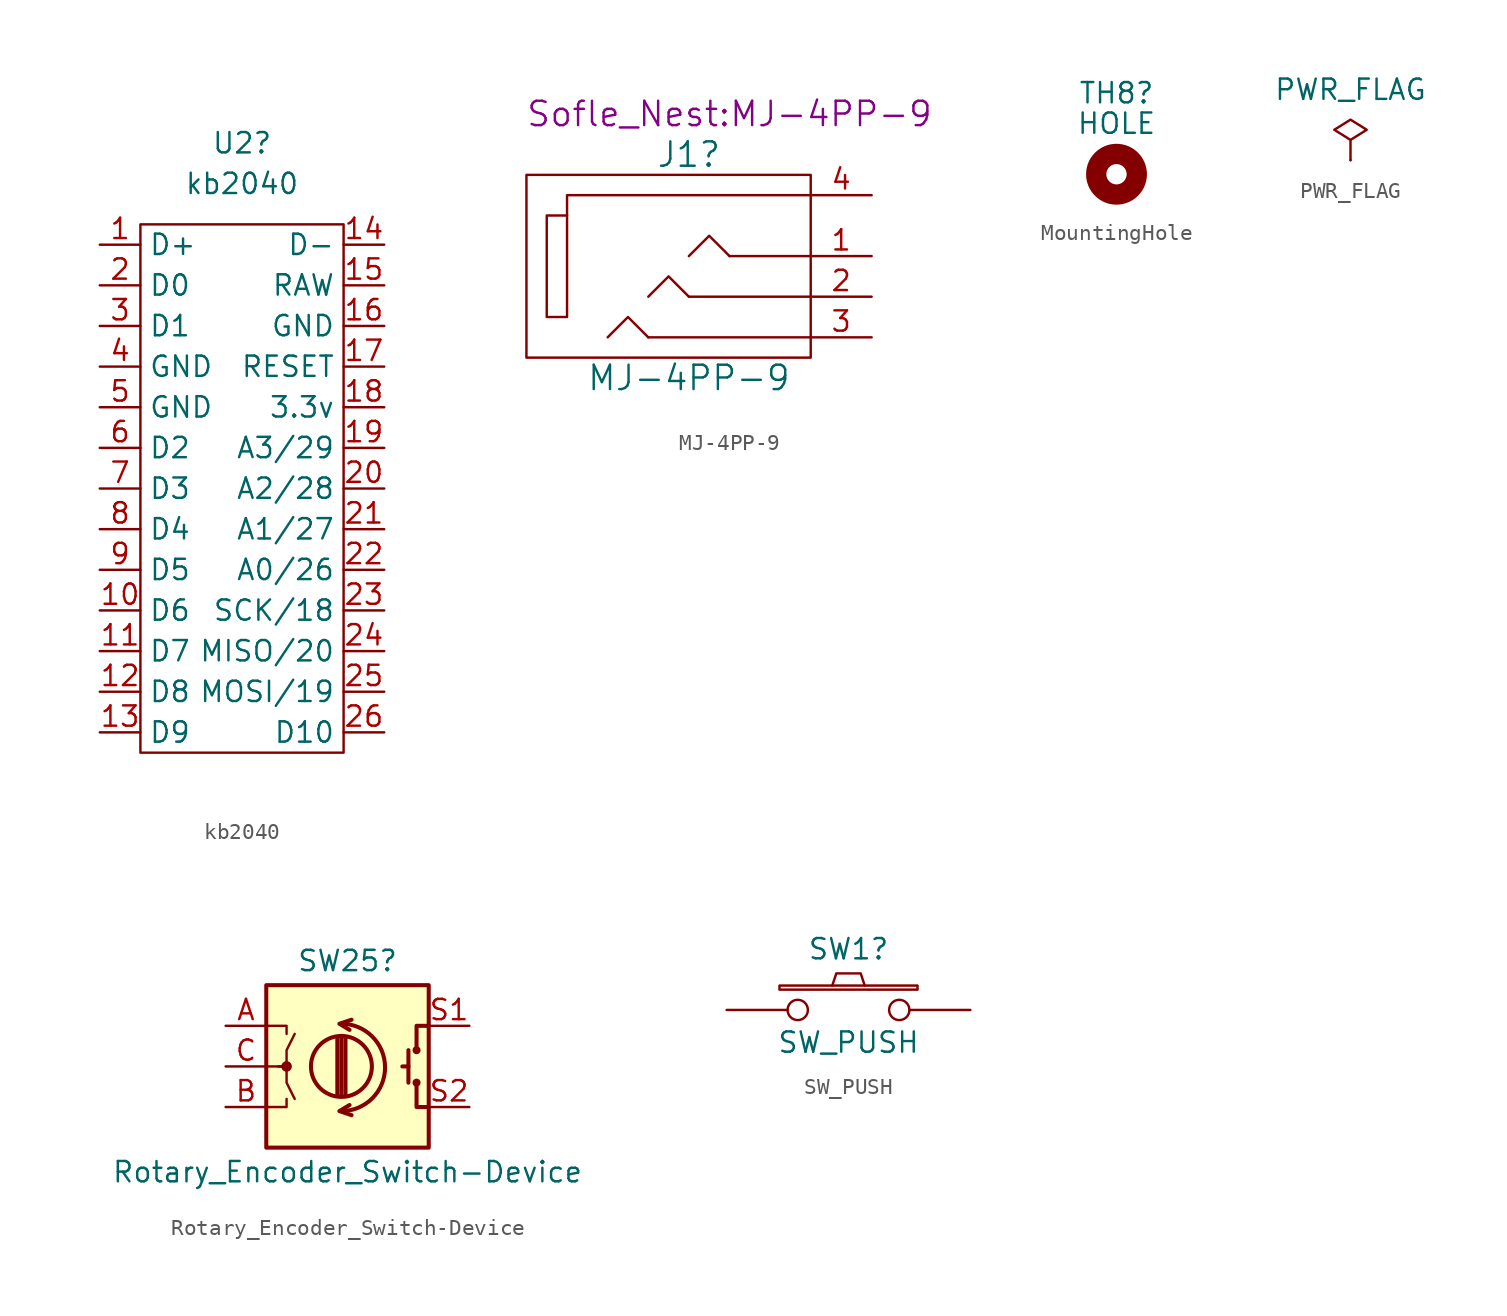
<source format=kicad_sym>
(kicad_symbol_lib
  (version 20241209)
  (generator "kicad_symbol_editor")
  (generator_version "9.0")
  (symbol "kb2040"
    (property "Reference" "U2"
      (at 6.35 1.27 0)
      (effects (font (size 1.27 1.27))))
    (property "Value" "kb2040"
      (at 6.35 -1.27 0)
      (effects (font (size 1.27 1.27))))
    (symbol "kb2040_0_1"
      (rectangle (start 0 -3.81) (end 12.7 -36.83) (stroke (width 0.152) (type default)) (fill (type none))))
    (symbol "kb2040_1_1"
      (pin power_in line (at -2.54 -5.08 0) (length 2.54) (name "D+" (effects (font (size 1.27 1.27)))) (number "1" (effects (font (size 1.27 1.27)))))
      (pin bidirectional line (at -2.54 -7.62 0) (length 2.54) (name "D0" (effects (font (size 1.27 1.27)))) (number "2" (effects (font (size 1.27 1.27)))))
      (pin bidirectional line (at -2.54 -10.16 0) (length 2.54) (name "D1" (effects (font (size 1.27 1.27)))) (number "3" (effects (font (size 1.27 1.27)))))
      (pin power_in line (at -2.54 -12.7 0) (length 2.54) (name "GND" (effects (font (size 1.27 1.27)))) (number "4" (effects (font (size 1.27 1.27)))))
      (pin power_in line (at -2.54 -15.24 0) (length 2.54) (name "GND" (effects (font (size 1.27 1.27)))) (number "5" (effects (font (size 1.27 1.27)))))
      (pin bidirectional line (at -2.54 -17.78 0) (length 2.54) (name "D2" (effects (font (size 1.27 1.27)))) (number "6" (effects (font (size 1.27 1.27)))))
      (pin bidirectional line (at -2.54 -20.32 0) (length 2.54) (name "D3" (effects (font (size 1.27 1.27)))) (number "7" (effects (font (size 1.27 1.27)))))
      (pin bidirectional line (at -2.54 -22.86 0) (length 2.54) (name "D4" (effects (font (size 1.27 1.27)))) (number "8" (effects (font (size 1.27 1.27)))))
      (pin bidirectional line (at -2.54 -25.4 0) (length 2.54) (name "D5" (effects (font (size 1.27 1.27)))) (number "9" (effects (font (size 1.27 1.27)))))
      (pin bidirectional line (at -2.54 -27.94 0) (length 2.54) (name "D6" (effects (font (size 1.27 1.27)))) (number "10" (effects (font (size 1.27 1.27)))))
      (pin bidirectional line (at -2.54 -30.48 0) (length 2.54) (name "D7" (effects (font (size 1.27 1.27)))) (number "11" (effects (font (size 1.27 1.27)))))
      (pin bidirectional line (at -2.54 -33.02 0) (length 2.54) (name "D8" (effects (font (size 1.27 1.27)))) (number "12" (effects (font (size 1.27 1.27)))))
      (pin bidirectional line (at -2.54 -35.56 0) (length 2.54) (name "D9" (effects (font (size 1.27 1.27)))) (number "13" (effects (font (size 1.27 1.27)))))
      (pin power_in line (at 15.24 -5.08 180) (length 2.54) (name "D-" (effects (font (size 1.27 1.27)))) (number "14" (effects (font (size 1.27 1.27)))))
      (pin power_in line (at 15.24 -7.62 180) (length 2.54) (name "RAW" (effects (font (size 1.27 1.27)))) (number "15" (effects (font (size 1.27 1.27)))))
      (pin power_in line (at 15.24 -10.16 180) (length 2.54) (name "GND" (effects (font (size 1.27 1.27)))) (number "16" (effects (font (size 1.27 1.27)))))
      (pin bidirectional line (at 15.24 -12.7 180) (length 2.54) (name "RESET" (effects (font (size 1.27 1.27)))) (number "17" (effects (font (size 1.27 1.27)))))
      (pin power_in line (at 15.24 -15.24 180) (length 2.54) (name "3.3v" (effects (font (size 1.27 1.27)))) (number "18" (effects (font (size 1.27 1.27)))))
      (pin bidirectional line (at 15.24 -17.78 180) (length 2.54) (name "A3/29" (effects (font (size 1.27 1.27)))) (number "19" (effects (font (size 1.27 1.27)))))
      (pin bidirectional line (at 15.24 -20.32 180) (length 2.54) (name "A2/28" (effects (font (size 1.27 1.27)))) (number "20" (effects (font (size 1.27 1.27)))))
      (pin bidirectional line (at 15.24 -22.86 180) (length 2.54) (name "A1/27" (effects (font (size 1.27 1.27)))) (number "21" (effects (font (size 1.27 1.27)))))
      (pin bidirectional line (at 15.24 -25.4 180) (length 2.54) (name "A0/26" (effects (font (size 1.27 1.27)))) (number "22" (effects (font (size 1.27 1.27)))))
      (pin bidirectional line (at 15.24 -27.94 180) (length 2.54) (name "SCK/18" (effects (font (size 1.27 1.27)))) (number "23" (effects (font (size 1.27 1.27)))))
      (pin bidirectional line (at 15.24 -30.48 180) (length 2.54) (name "MISO/20" (effects (font (size 1.27 1.27)))) (number "24" (effects (font (size 1.27 1.27)))))
      (pin bidirectional line (at 15.24 -33.02 180) (length 2.54) (name "MOSI/19" (effects (font (size 1.27 1.27)))) (number "25" (effects (font (size 1.27 1.27)))))
      (pin bidirectional line (at 15.24 -35.56 180) (length 2.54) (name "D10" (effects (font (size 1.27 1.27)))) (number "26" (effects (font (size 1.27 1.27)))))))
  (symbol "MJ-4PP-9"
    (pin_names
      (offset 1.016))
    (property "Reference" "J1"
      (at 0 6.35 0)
      (effects (font (size 1.524 1.524))))
    (property "Value" "MJ-4PP-9"
      (at 0 -7.62 0)
      (effects (font (size 1.524 1.524))))
    (property "Footprint" "Sofle_Nest:MJ-4PP-9"
      (at 2.54 8.89 0)
      (effects (font (size 1.524 1.524))))
    (property "Datasheet" ""
      (at 0 0 0)
      (effects (font (size 1.524 1.524))))
    (symbol "MJ-4PP-9_0_1"
      (rectangle (start -7.62 2.54) (end -8.89 -3.81) (stroke (width 0) (type solid)) (fill (type none)))
      (polyline (pts (xy -2.54 -5.08) (xy 7.62 -5.08) (xy 7.62 -5.08)) (stroke (width 0) (type solid)) (fill (type none)))
      (polyline (pts (xy -2.54 -5.08) (xy -3.81 -3.81) (xy -5.08 -5.08) (xy -5.08 -5.08)) (stroke (width 0) (type solid)) (fill (type none)))
      (polyline (pts (xy 0 0) (xy 1.27 1.27) (xy 2.54 0)) (stroke (width 0) (type solid)) (fill (type none)))
      (polyline (pts (xy 0 -2.54) (xy -1.27 -1.27) (xy -2.54 -2.54)) (stroke (width 0) (type solid)) (fill (type none)))
      (polyline (pts (xy 0 -2.54) (xy 7.62 -2.54) (xy 7.62 -2.54) (xy 7.62 -2.54)) (stroke (width 0) (type solid)) (fill (type none)))
      (polyline (pts (xy 2.54 0) (xy 7.62 0)) (stroke (width 0) (type solid)) (fill (type none)))
      (polyline (pts (xy 7.62 3.81) (xy -7.62 3.81) (xy -7.62 2.54)) (stroke (width 0) (type solid)) (fill (type none)))
      (rectangle (start 7.62 -6.35) (end -10.16 5.08) (stroke (width 0) (type solid)) (fill (type none))))
    (symbol "MJ-4PP-9_1_1"
      (pin passive line (at 11.43 3.81 180) (length 3.81) (name "~" (effects (font (size 1.27 1.27)))) (number "4" (effects (font (size 1.27 1.27)))))
      (pin passive line (at 11.43 0 180) (length 3.81) (name "~" (effects (font (size 1.27 1.27)))) (number "1" (effects (font (size 1.27 1.27)))))
      (pin passive line (at 11.43 -2.54 180) (length 3.81) (name "~" (effects (font (size 1.27 1.27)))) (number "2" (effects (font (size 1.27 1.27)))))
      (pin passive line (at 11.43 -5.08 180) (length 3.81) (name "~" (effects (font (size 1.27 1.27)))) (number "3" (effects (font (size 1.27 1.27)))))))
  (symbol "MountingHole"
    (pin_names
      (offset 1.016))
    (property "Reference" "TH8"
      (at 0 5.08 0)
      (effects (font (size 1.27 1.27))))
    (property "Value" "HOLE"
      (at 0 3.175 0)
      (effects (font (size 1.27 1.27))))
    (symbol "MountingHole_0_1"
      (circle (center 0 0) (radius 1.27) (stroke (width 1.27) (type default)) (fill (type none)))))
  (symbol "PWR_FLAG"
    (power)
    (pin_numbers
      (hide yes))
    (pin_names
      (offset 0)
      (hide yes))
    (property "Reference" "#FLG01"
      (at 0 1.905 0)
      (effects (font (size 1.27 1.27)) (hide yes)))
    (property "Value" "PWR_FLAG"
      (at 0 4.42 0)
      (effects (font (size 1.27 1.27))))
    (symbol "PWR_FLAG_0_0"
      (pin power_out line (at 0 0 90) (length 0) (name "pwr" (effects (font (size 1.27 1.27)))) (number "1" (effects (font (size 1.27 1.27))))))
    (symbol "PWR_FLAG_0_1"
      (polyline (pts (xy 0 0) (xy 0 1.27) (xy -1.016 1.905) (xy 0 2.54) (xy 1.016 1.905) (xy 0 1.27)) (stroke (width 0) (type solid)) (fill (type none)))))
  (symbol "Rotary_Encoder_Switch-Device"
    (pin_names
      (offset 0.254)
      (hide yes))
    (property "Reference" "SW25"
      (at 0 6.604 0)
      (effects (font (size 1.27 1.27))))
    (property "Value" "Rotary_Encoder_Switch-Device"
      (at 0 -6.604 0)
      (effects (font (size 1.27 1.27))))
    (symbol "Rotary_Encoder_Switch-Device_0_1"
      (rectangle (start -5.08 5.08) (end 5.08 -5.08) (stroke (width 0.254) (type solid)) (fill (type background)))
      (polyline (pts (xy -5.08 2.54) (xy -3.81 2.54) (xy -3.81 2.032)) (stroke (width 0) (type solid)) (fill (type none)))
      (polyline (pts (xy -5.08 0) (xy -3.81 0) (xy -3.81 -1.016) (xy -3.302 -2.032)) (stroke (width 0) (type solid)) (fill (type none)))
      (polyline (pts (xy -5.08 -2.54) (xy -3.81 -2.54) (xy -3.81 -2.032)) (stroke (width 0) (type solid)) (fill (type none)))
      (polyline (pts (xy -4.318 0) (xy -3.81 0) (xy -3.81 1.016) (xy -3.302 2.032)) (stroke (width 0) (type solid)) (fill (type none)))
      (circle (center -3.81 0) (radius 0.254) (stroke (width 0) (type solid)) (fill (type outline)))
      (polyline (pts (xy -0.635 -1.778) (xy -0.635 1.778)) (stroke (width 0.254) (type solid)) (fill (type none)))
      (arc (start -0.381 2.667) (mid 2.3376 -0.0635) (end -0.381 -2.794) (stroke (width 0.254) (type solid)) (fill (type none)))
      (circle (center -0.381 0) (radius 1.905) (stroke (width 0.254) (type solid)) (fill (type none)))
      (polyline (pts (xy -0.381 -1.778) (xy -0.381 1.778)) (stroke (width 0.254) (type solid)) (fill (type none)))
      (polyline (pts (xy -0.127 1.778) (xy -0.127 -1.778)) (stroke (width 0.254) (type solid)) (fill (type none)))
      (polyline (pts (xy 0.254 2.921) (xy -0.508 2.667) (xy 0.127 2.286)) (stroke (width 0.254) (type solid)) (fill (type none)))
      (polyline (pts (xy 0.254 -3.048) (xy -0.508 -2.794) (xy 0.127 -2.413)) (stroke (width 0.254) (type solid)) (fill (type none)))
      (polyline (pts (xy 3.81 1.016) (xy 3.81 -1.016)) (stroke (width 0.254) (type solid)) (fill (type none)))
      (polyline (pts (xy 3.81 0) (xy 3.429 0)) (stroke (width 0.254) (type solid)) (fill (type none)))
      (circle (center 4.318 1.016) (radius 0.127) (stroke (width 0.254) (type solid)) (fill (type none)))
      (circle (center 4.318 -1.016) (radius 0.127) (stroke (width 0.254) (type solid)) (fill (type none)))
      (polyline (pts (xy 5.08 2.54) (xy 4.318 2.54) (xy 4.318 1.016)) (stroke (width 0.254) (type solid)) (fill (type none)))
      (polyline (pts (xy 5.08 -2.54) (xy 4.318 -2.54) (xy 4.318 -1.016)) (stroke (width 0.254) (type solid)) (fill (type none))))
    (symbol "Rotary_Encoder_Switch-Device_1_1"
      (pin passive line (at -7.62 2.54 0) (length 2.54) (name "A" (effects (font (size 1.27 1.27)))) (number "A" (effects (font (size 1.27 1.27)))))
      (pin passive line (at -7.62 0 0) (length 2.54) (name "C" (effects (font (size 1.27 1.27)))) (number "C" (effects (font (size 1.27 1.27)))))
      (pin passive line (at -7.62 -2.54 0) (length 2.54) (name "B" (effects (font (size 1.27 1.27)))) (number "B" (effects (font (size 1.27 1.27)))))
      (pin passive line (at 7.62 2.54 180) (length 2.54) (name "S1" (effects (font (size 1.27 1.27)))) (number "S1" (effects (font (size 1.27 1.27)))))
      (pin passive line (at 7.62 -2.54 180) (length 2.54) (name "S2" (effects (font (size 1.27 1.27)))) (number "S2" (effects (font (size 1.27 1.27)))))))
  (symbol "SW_PUSH"
    (pin_numbers
      (hide yes))
    (pin_names
      (offset 1.016)
      (hide yes))
    (property "Reference" "SW1"
      (at 0 3.81 0)
      (effects (font (size 1.27 1.27))))
    (property "Value" "SW_PUSH"
      (at 0 -2.032 0)
      (effects (font (size 1.27 1.27))))
    (property "Datasheet" ""
      (at 0 0 0)
      (effects (font (size 1.27 1.27))))
    (symbol "SW_PUSH_0_1"
      (rectangle (start -4.318 1.27) (end 4.318 1.524) (stroke (width 0) (type solid)) (fill (type none)))
      (polyline (pts (xy -1.016 1.524) (xy -0.762 2.286) (xy 0.762 2.286) (xy 1.016 1.524)) (stroke (width 0) (type solid)) (fill (type none)))
      (pin passive inverted (at -7.62 0 0) (length 5.08) (name "1" (effects (font (size 1.27 1.27)))) (number "1" (effects (font (size 1.27 1.27)))))
      (pin passive inverted (at 7.62 0 180) (length 5.08) (name "2" (effects (font (size 1.27 1.27)))) (number "2" (effects (font (size 1.27 1.27))))))))
</source>
